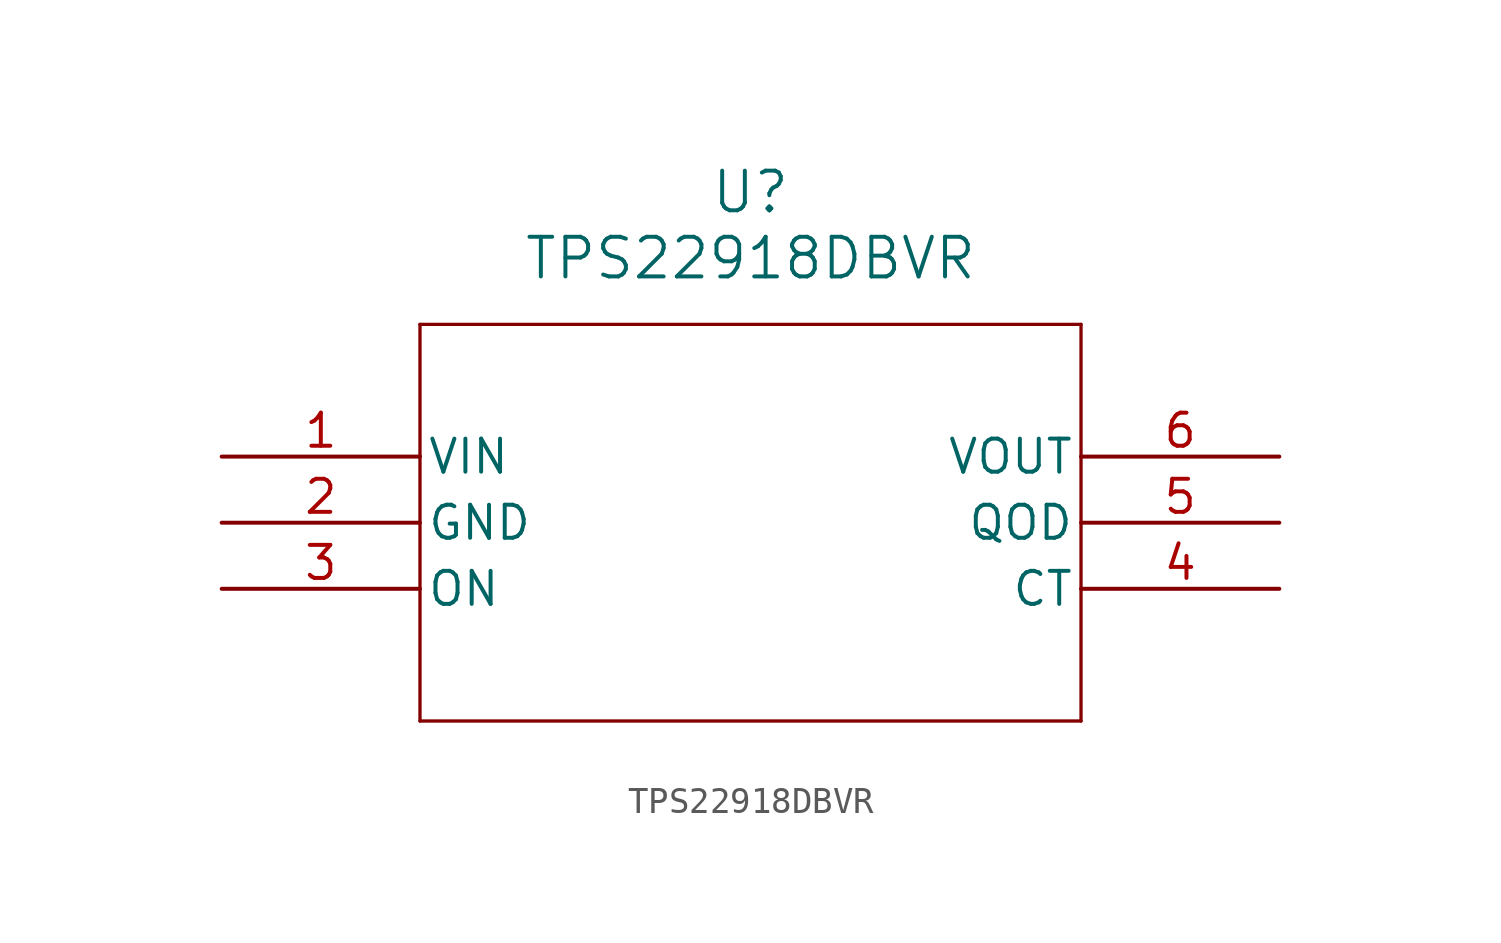
<source format=kicad_sym>
(kicad_symbol_lib
  (version 20211014)
  (generator kicad_symbol_editor)
  (symbol "TPS22918DBVR"
    (pin_names
      (offset 0.254))
    (property "Reference" "U"
      (at 20.32 10.16 0)
      (effects (font (size 1.524 1.524))))
    (property "Value" "TPS22918DBVR"
      (at 20.32 7.62 0)
      (effects (font (size 1.524 1.524))))
    (symbol "TPS22918DBVR_0_1"
      (polyline (pts (xy 7.62 5.08) (xy 7.62 -10.16)) (stroke (width 0.127) (type default) (color 0 0 0 0)) (fill (type none)))
      (polyline (pts (xy 7.62 -10.16) (xy 33.02 -10.16)) (stroke (width 0.127) (type default) (color 0 0 0 0)) (fill (type none)))
      (polyline (pts (xy 33.02 -10.16) (xy 33.02 5.08)) (stroke (width 0.127) (type default) (color 0 0 0 0)) (fill (type none)))
      (polyline (pts (xy 33.02 5.08) (xy 7.62 5.08)) (stroke (width 0.127) (type default) (color 0 0 0 0)) (fill (type none)))
      (pin unspecified line (at 0 0 0) (length 7.62) (name "VIN" (effects (font (size 1.27 1.27)))) (number "1" (effects (font (size 1.27 1.27)))))
      (pin power_out line (at 0 -2.54 0) (length 7.62) (name "GND" (effects (font (size 1.27 1.27)))) (number "2" (effects (font (size 1.27 1.27)))))
      (pin unspecified line (at 0 -5.08 0) (length 7.62) (name "ON" (effects (font (size 1.27 1.27)))) (number "3" (effects (font (size 1.27 1.27)))))
      (pin unspecified line (at 40.64 -5.08 180) (length 7.62) (name "CT" (effects (font (size 1.27 1.27)))) (number "4" (effects (font (size 1.27 1.27)))))
      (pin unspecified line (at 40.64 -2.54 180) (length 7.62) (name "QOD" (effects (font (size 1.27 1.27)))) (number "5" (effects (font (size 1.27 1.27)))))
      (pin output line (at 40.64 0 180) (length 7.62) (name "VOUT" (effects (font (size 1.27 1.27)))) (number "6" (effects (font (size 1.27 1.27))))))))
</source>
